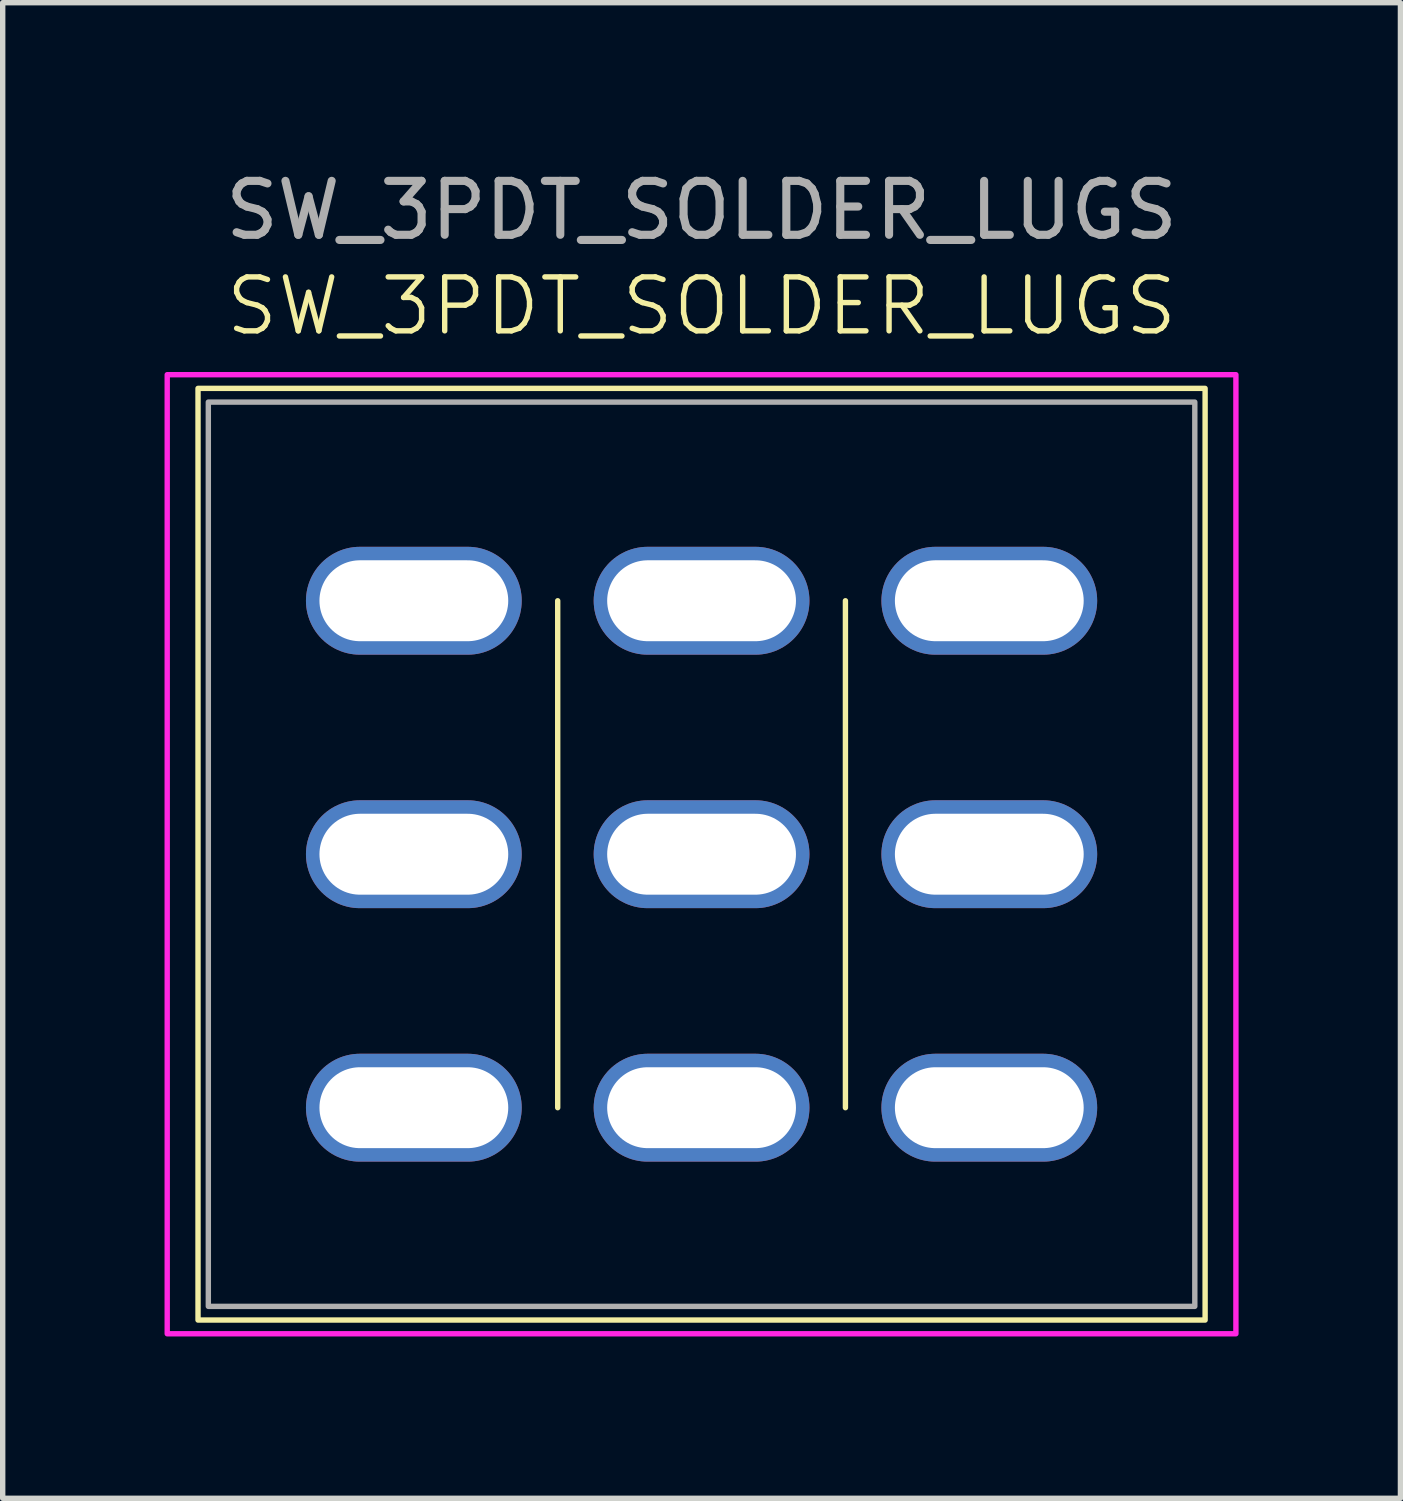
<source format=kicad_pcb>
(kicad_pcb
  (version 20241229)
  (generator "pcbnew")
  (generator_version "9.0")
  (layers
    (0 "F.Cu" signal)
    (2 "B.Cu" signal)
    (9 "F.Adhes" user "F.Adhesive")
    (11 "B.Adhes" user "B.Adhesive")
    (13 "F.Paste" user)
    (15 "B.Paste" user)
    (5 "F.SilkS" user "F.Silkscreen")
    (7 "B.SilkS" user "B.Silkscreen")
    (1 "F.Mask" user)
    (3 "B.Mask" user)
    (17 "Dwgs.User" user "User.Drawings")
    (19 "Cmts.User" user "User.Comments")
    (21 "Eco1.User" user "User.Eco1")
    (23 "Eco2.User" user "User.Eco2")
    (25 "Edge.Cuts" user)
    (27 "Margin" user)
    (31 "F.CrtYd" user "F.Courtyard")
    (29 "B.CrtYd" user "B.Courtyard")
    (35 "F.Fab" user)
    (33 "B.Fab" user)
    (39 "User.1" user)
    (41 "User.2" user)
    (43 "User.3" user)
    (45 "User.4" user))
  (footprint "SW_3PDT_SOLDER_LUGS"
    (layer "F.Cu")
    (at 9.956 12.786)
    (property "Reference" "SW_3PDT_SOLDER_LUGS" (at 0 -10.16 0) (unlocked yes) (layer "F.SilkS") (effects (font (size 1 1) (thickness 0.1))))
    (attr through_hole)
    (fp_line (start -2.667 -4.699) (end -2.667 4.699) (stroke (width 0.1) (type default)) (layer "F.SilkS"))
    (fp_line (start 2.667 -4.699) (end 2.667 4.699) (stroke (width 0.1) (type default)) (layer "F.SilkS"))
    (fp_rect (start -9.335 -8.636) (end 9.335 8.636) (stroke (width 0.1) (type default)) (fill no) (layer "F.SilkS"))
    (fp_rect (start -9.906 -8.89) (end 9.906 8.89) (stroke (width 0.1) (type default)) (fill no) (layer "F.CrtYd"))
    (fp_rect (start -9.144 -8.382) (end 9.144 8.382) (stroke (width 0.1) (type default)) (fill no) (layer "F.Fab"))
    (fp_text user "${REFERENCE}" (at 0 -11.938 0) (unlocked yes) (layer "F.Fab") (effects (font (size 1 1) (thickness 0.15))))
    (pad "1" thru_hole oval (at -5.334 -4.699) (size 4 2) (drill oval 3.5 1.5) (layers "*.Cu" "*.Mask"))
    (pad "2" thru_hole oval (at -5.334 0) (size 4 2) (drill oval 3.5 1.5) (layers "*.Cu" "*.Mask"))
    (pad "3" thru_hole oval (at -5.334 4.699) (size 4 2) (drill oval 3.5 1.5) (layers "*.Cu" "*.Mask"))
    (pad "4" thru_hole oval (at 0 -4.699) (size 4 2) (drill oval 3.5 1.5) (layers "*.Cu" "*.Mask"))
    (pad "5" thru_hole oval (at 0 0) (size 4 2) (drill oval 3.5 1.5) (layers "*.Cu" "*.Mask"))
    (pad "6" thru_hole oval (at 0 4.699) (size 4 2) (drill oval 3.5 1.5) (layers "*.Cu" "*.Mask"))
    (pad "7" thru_hole oval (at 5.334 -4.699) (size 4 2) (drill oval 3.5 1.5) (layers "*.Cu" "*.Mask"))
    (pad "8" thru_hole oval (at 5.334 0) (size 4 2) (drill oval 3.5 1.5) (layers "*.Cu" "*.Mask"))
    (pad "9" thru_hole oval (at 5.334 4.699) (size 4 2) (drill oval 3.5 1.5) (layers "*.Cu" "*.Mask")))
  (gr_rect
    (start -3 -3)
    (end 22.912 24.726)
    (stroke (width 0.1) (type default))
    (fill no)
    (layer "Edge.Cuts")))
</source>
